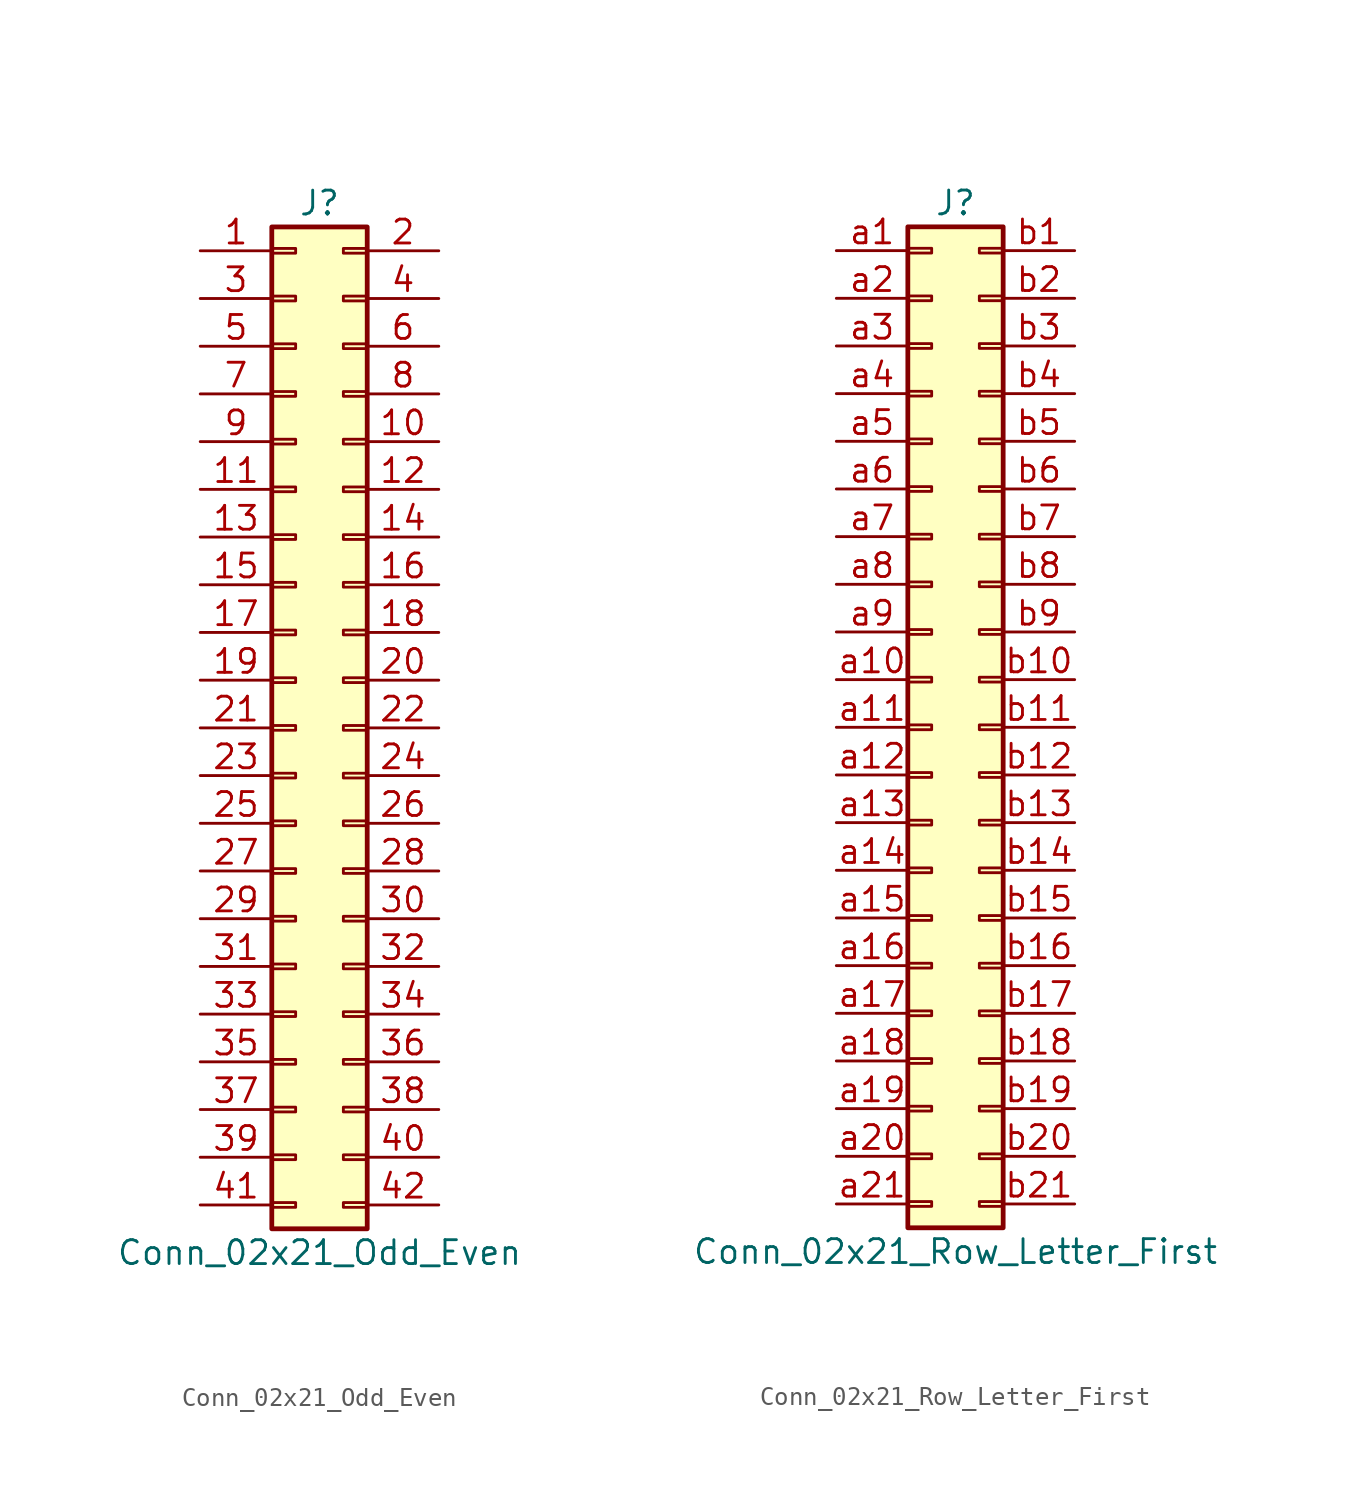
<source format=kicad_sym>
(kicad_symbol_lib
  (version 20201005)
  (generator kicad_symbol_editor)
  (symbol "Connector_Generic:Conn_02x21_Odd_Even"
    (pin_names
      (offset 1.016) hide)
    (property "Reference" "J"
      (at 1.27 27.94 0)
      (effects (font (size 1.27 1.27))))
    (property "Value" "Conn_02x21_Odd_Even"
      (at 1.27 -27.94 0)
      (effects (font (size 1.27 1.27))))
    (symbol "Conn_02x21_Odd_Even_1_1"
      (rectangle (start -1.27 -4.953) (end 0 -5.207) (stroke (width 0.152)) (fill (type none)))
      (rectangle (start -1.27 -7.493) (end 0 -7.747) (stroke (width 0.152)) (fill (type none)))
      (rectangle (start -1.27 -10.033) (end 0 -10.287) (stroke (width 0.152)) (fill (type none)))
      (rectangle (start -1.27 -12.573) (end 0 -12.827) (stroke (width 0.152)) (fill (type none)))
      (rectangle (start -1.27 -15.113) (end 0 -15.367) (stroke (width 0.152)) (fill (type none)))
      (rectangle (start -1.27 -17.653) (end 0 -17.907) (stroke (width 0.152)) (fill (type none)))
      (rectangle (start -1.27 -20.193) (end 0 -20.447) (stroke (width 0.152)) (fill (type none)))
      (rectangle (start -1.27 -22.733) (end 0 -22.987) (stroke (width 0.152)) (fill (type none)))
      (rectangle (start -1.27 -2.413) (end 0 -2.667) (stroke (width 0.152)) (fill (type none)))
      (rectangle (start -1.27 -25.273) (end 0 -25.527) (stroke (width 0.152)) (fill (type none)))
      (rectangle (start -1.27 25.527) (end 0 25.273) (stroke (width 0.152)) (fill (type none)))
      (rectangle (start -1.27 2.667) (end 0 2.413) (stroke (width 0.152)) (fill (type none)))
      (rectangle (start -1.27 26.67) (end 3.81 -26.67) (stroke (width 0.254)) (fill (type background)))
      (rectangle (start -1.27 5.207) (end 0 4.953) (stroke (width 0.152)) (fill (type none)))
      (rectangle (start -1.27 7.747) (end 0 7.493) (stroke (width 0.152)) (fill (type none)))
      (rectangle (start -1.27 10.287) (end 0 10.033) (stroke (width 0.152)) (fill (type none)))
      (rectangle (start -1.27 0.127) (end 0 -0.127) (stroke (width 0.152)) (fill (type none)))
      (rectangle (start -1.27 12.827) (end 0 12.573) (stroke (width 0.152)) (fill (type none)))
      (rectangle (start -1.27 15.367) (end 0 15.113) (stroke (width 0.152)) (fill (type none)))
      (rectangle (start -1.27 17.907) (end 0 17.653) (stroke (width 0.152)) (fill (type none)))
      (rectangle (start -1.27 20.447) (end 0 20.193) (stroke (width 0.152)) (fill (type none)))
      (rectangle (start -1.27 22.987) (end 0 22.733) (stroke (width 0.152)) (fill (type none)))
      (rectangle (start 3.81 -4.953) (end 2.54 -5.207) (stroke (width 0.152)) (fill (type none)))
      (rectangle (start 3.81 -7.493) (end 2.54 -7.747) (stroke (width 0.152)) (fill (type none)))
      (rectangle (start 3.81 -10.033) (end 2.54 -10.287) (stroke (width 0.152)) (fill (type none)))
      (rectangle (start 3.81 -12.573) (end 2.54 -12.827) (stroke (width 0.152)) (fill (type none)))
      (rectangle (start 3.81 -15.113) (end 2.54 -15.367) (stroke (width 0.152)) (fill (type none)))
      (rectangle (start 3.81 -17.653) (end 2.54 -17.907) (stroke (width 0.152)) (fill (type none)))
      (rectangle (start 3.81 -20.193) (end 2.54 -20.447) (stroke (width 0.152)) (fill (type none)))
      (rectangle (start 3.81 -22.733) (end 2.54 -22.987) (stroke (width 0.152)) (fill (type none)))
      (rectangle (start 3.81 -2.413) (end 2.54 -2.667) (stroke (width 0.152)) (fill (type none)))
      (rectangle (start 3.81 -25.273) (end 2.54 -25.527) (stroke (width 0.152)) (fill (type none)))
      (rectangle (start 3.81 25.527) (end 2.54 25.273) (stroke (width 0.152)) (fill (type none)))
      (rectangle (start 3.81 2.667) (end 2.54 2.413) (stroke (width 0.152)) (fill (type none)))
      (rectangle (start 3.81 5.207) (end 2.54 4.953) (stroke (width 0.152)) (fill (type none)))
      (rectangle (start 3.81 7.747) (end 2.54 7.493) (stroke (width 0.152)) (fill (type none)))
      (rectangle (start 3.81 10.287) (end 2.54 10.033) (stroke (width 0.152)) (fill (type none)))
      (rectangle (start 3.81 0.127) (end 2.54 -0.127) (stroke (width 0.152)) (fill (type none)))
      (rectangle (start 3.81 12.827) (end 2.54 12.573) (stroke (width 0.152)) (fill (type none)))
      (rectangle (start 3.81 15.367) (end 2.54 15.113) (stroke (width 0.152)) (fill (type none)))
      (rectangle (start 3.81 17.907) (end 2.54 17.653) (stroke (width 0.152)) (fill (type none)))
      (rectangle (start 3.81 20.447) (end 2.54 20.193) (stroke (width 0.152)) (fill (type none)))
      (rectangle (start 3.81 22.987) (end 2.54 22.733) (stroke (width 0.152)) (fill (type none)))
      (pin passive line (at -5.08 25.4 0) (length 3.81) (name "Pin_1" (effects (font (size 1.27 1.27)))) (number "1" (effects (font (size 1.27 1.27)))))
      (pin passive line (at 7.62 15.24 180) (length 3.81) (name "Pin_10" (effects (font (size 1.27 1.27)))) (number "10" (effects (font (size 1.27 1.27)))))
      (pin passive line (at -5.08 12.7 0) (length 3.81) (name "Pin_11" (effects (font (size 1.27 1.27)))) (number "11" (effects (font (size 1.27 1.27)))))
      (pin passive line (at 7.62 12.7 180) (length 3.81) (name "Pin_12" (effects (font (size 1.27 1.27)))) (number "12" (effects (font (size 1.27 1.27)))))
      (pin passive line (at -5.08 10.16 0) (length 3.81) (name "Pin_13" (effects (font (size 1.27 1.27)))) (number "13" (effects (font (size 1.27 1.27)))))
      (pin passive line (at 7.62 10.16 180) (length 3.81) (name "Pin_14" (effects (font (size 1.27 1.27)))) (number "14" (effects (font (size 1.27 1.27)))))
      (pin passive line (at -5.08 7.62 0) (length 3.81) (name "Pin_15" (effects (font (size 1.27 1.27)))) (number "15" (effects (font (size 1.27 1.27)))))
      (pin passive line (at 7.62 7.62 180) (length 3.81) (name "Pin_16" (effects (font (size 1.27 1.27)))) (number "16" (effects (font (size 1.27 1.27)))))
      (pin passive line (at -5.08 5.08 0) (length 3.81) (name "Pin_17" (effects (font (size 1.27 1.27)))) (number "17" (effects (font (size 1.27 1.27)))))
      (pin passive line (at 7.62 5.08 180) (length 3.81) (name "Pin_18" (effects (font (size 1.27 1.27)))) (number "18" (effects (font (size 1.27 1.27)))))
      (pin passive line (at -5.08 2.54 0) (length 3.81) (name "Pin_19" (effects (font (size 1.27 1.27)))) (number "19" (effects (font (size 1.27 1.27)))))
      (pin passive line (at 7.62 25.4 180) (length 3.81) (name "Pin_2" (effects (font (size 1.27 1.27)))) (number "2" (effects (font (size 1.27 1.27)))))
      (pin passive line (at 7.62 2.54 180) (length 3.81) (name "Pin_20" (effects (font (size 1.27 1.27)))) (number "20" (effects (font (size 1.27 1.27)))))
      (pin passive line (at -5.08 0 0) (length 3.81) (name "Pin_21" (effects (font (size 1.27 1.27)))) (number "21" (effects (font (size 1.27 1.27)))))
      (pin passive line (at 7.62 0 180) (length 3.81) (name "Pin_22" (effects (font (size 1.27 1.27)))) (number "22" (effects (font (size 1.27 1.27)))))
      (pin passive line (at -5.08 -2.54 0) (length 3.81) (name "Pin_23" (effects (font (size 1.27 1.27)))) (number "23" (effects (font (size 1.27 1.27)))))
      (pin passive line (at 7.62 -2.54 180) (length 3.81) (name "Pin_24" (effects (font (size 1.27 1.27)))) (number "24" (effects (font (size 1.27 1.27)))))
      (pin passive line (at -5.08 -5.08 0) (length 3.81) (name "Pin_25" (effects (font (size 1.27 1.27)))) (number "25" (effects (font (size 1.27 1.27)))))
      (pin passive line (at 7.62 -5.08 180) (length 3.81) (name "Pin_26" (effects (font (size 1.27 1.27)))) (number "26" (effects (font (size 1.27 1.27)))))
      (pin passive line (at -5.08 -7.62 0) (length 3.81) (name "Pin_27" (effects (font (size 1.27 1.27)))) (number "27" (effects (font (size 1.27 1.27)))))
      (pin passive line (at 7.62 -7.62 180) (length 3.81) (name "Pin_28" (effects (font (size 1.27 1.27)))) (number "28" (effects (font (size 1.27 1.27)))))
      (pin passive line (at -5.08 -10.16 0) (length 3.81) (name "Pin_29" (effects (font (size 1.27 1.27)))) (number "29" (effects (font (size 1.27 1.27)))))
      (pin passive line (at -5.08 22.86 0) (length 3.81) (name "Pin_3" (effects (font (size 1.27 1.27)))) (number "3" (effects (font (size 1.27 1.27)))))
      (pin passive line (at 7.62 -10.16 180) (length 3.81) (name "Pin_30" (effects (font (size 1.27 1.27)))) (number "30" (effects (font (size 1.27 1.27)))))
      (pin passive line (at -5.08 -12.7 0) (length 3.81) (name "Pin_31" (effects (font (size 1.27 1.27)))) (number "31" (effects (font (size 1.27 1.27)))))
      (pin passive line (at 7.62 -12.7 180) (length 3.81) (name "Pin_32" (effects (font (size 1.27 1.27)))) (number "32" (effects (font (size 1.27 1.27)))))
      (pin passive line (at -5.08 -15.24 0) (length 3.81) (name "Pin_33" (effects (font (size 1.27 1.27)))) (number "33" (effects (font (size 1.27 1.27)))))
      (pin passive line (at 7.62 -15.24 180) (length 3.81) (name "Pin_34" (effects (font (size 1.27 1.27)))) (number "34" (effects (font (size 1.27 1.27)))))
      (pin passive line (at -5.08 -17.78 0) (length 3.81) (name "Pin_35" (effects (font (size 1.27 1.27)))) (number "35" (effects (font (size 1.27 1.27)))))
      (pin passive line (at 7.62 -17.78 180) (length 3.81) (name "Pin_36" (effects (font (size 1.27 1.27)))) (number "36" (effects (font (size 1.27 1.27)))))
      (pin passive line (at -5.08 -20.32 0) (length 3.81) (name "Pin_37" (effects (font (size 1.27 1.27)))) (number "37" (effects (font (size 1.27 1.27)))))
      (pin passive line (at 7.62 -20.32 180) (length 3.81) (name "Pin_38" (effects (font (size 1.27 1.27)))) (number "38" (effects (font (size 1.27 1.27)))))
      (pin passive line (at -5.08 -22.86 0) (length 3.81) (name "Pin_39" (effects (font (size 1.27 1.27)))) (number "39" (effects (font (size 1.27 1.27)))))
      (pin passive line (at 7.62 22.86 180) (length 3.81) (name "Pin_4" (effects (font (size 1.27 1.27)))) (number "4" (effects (font (size 1.27 1.27)))))
      (pin passive line (at 7.62 -22.86 180) (length 3.81) (name "Pin_40" (effects (font (size 1.27 1.27)))) (number "40" (effects (font (size 1.27 1.27)))))
      (pin passive line (at -5.08 -25.4 0) (length 3.81) (name "Pin_41" (effects (font (size 1.27 1.27)))) (number "41" (effects (font (size 1.27 1.27)))))
      (pin passive line (at 7.62 -25.4 180) (length 3.81) (name "Pin_42" (effects (font (size 1.27 1.27)))) (number "42" (effects (font (size 1.27 1.27)))))
      (pin passive line (at -5.08 20.32 0) (length 3.81) (name "Pin_5" (effects (font (size 1.27 1.27)))) (number "5" (effects (font (size 1.27 1.27)))))
      (pin passive line (at 7.62 20.32 180) (length 3.81) (name "Pin_6" (effects (font (size 1.27 1.27)))) (number "6" (effects (font (size 1.27 1.27)))))
      (pin passive line (at -5.08 17.78 0) (length 3.81) (name "Pin_7" (effects (font (size 1.27 1.27)))) (number "7" (effects (font (size 1.27 1.27)))))
      (pin passive line (at 7.62 17.78 180) (length 3.81) (name "Pin_8" (effects (font (size 1.27 1.27)))) (number "8" (effects (font (size 1.27 1.27)))))
      (pin passive line (at -5.08 15.24 0) (length 3.81) (name "Pin_9" (effects (font (size 1.27 1.27)))) (number "9" (effects (font (size 1.27 1.27)))))))
  (symbol "Connector_Generic:Conn_02x21_Row_Letter_First"
    (pin_names
      (offset 1.016) hide)
    (property "Reference" "J"
      (at 1.27 27.94 0)
      (effects (font (size 1.27 1.27))))
    (property "Value" "Conn_02x21_Row_Letter_First"
      (at 1.27 -27.94 0)
      (effects (font (size 1.27 1.27))))
    (symbol "Conn_02x21_Row_Letter_First_1_1"
      (rectangle (start -1.27 -4.953) (end 0 -5.207) (stroke (width 0.152)) (fill (type none)))
      (rectangle (start -1.27 -7.493) (end 0 -7.747) (stroke (width 0.152)) (fill (type none)))
      (rectangle (start -1.27 -10.033) (end 0 -10.287) (stroke (width 0.152)) (fill (type none)))
      (rectangle (start -1.27 -12.573) (end 0 -12.827) (stroke (width 0.152)) (fill (type none)))
      (rectangle (start -1.27 -15.113) (end 0 -15.367) (stroke (width 0.152)) (fill (type none)))
      (rectangle (start -1.27 -17.653) (end 0 -17.907) (stroke (width 0.152)) (fill (type none)))
      (rectangle (start -1.27 -20.193) (end 0 -20.447) (stroke (width 0.152)) (fill (type none)))
      (rectangle (start -1.27 -22.733) (end 0 -22.987) (stroke (width 0.152)) (fill (type none)))
      (rectangle (start -1.27 -2.413) (end 0 -2.667) (stroke (width 0.152)) (fill (type none)))
      (rectangle (start -1.27 -25.273) (end 0 -25.527) (stroke (width 0.152)) (fill (type none)))
      (rectangle (start -1.27 25.527) (end 0 25.273) (stroke (width 0.152)) (fill (type none)))
      (rectangle (start -1.27 2.667) (end 0 2.413) (stroke (width 0.152)) (fill (type none)))
      (rectangle (start -1.27 26.67) (end 3.81 -26.67) (stroke (width 0.254)) (fill (type background)))
      (rectangle (start -1.27 5.207) (end 0 4.953) (stroke (width 0.152)) (fill (type none)))
      (rectangle (start -1.27 7.747) (end 0 7.493) (stroke (width 0.152)) (fill (type none)))
      (rectangle (start -1.27 10.287) (end 0 10.033) (stroke (width 0.152)) (fill (type none)))
      (rectangle (start -1.27 0.127) (end 0 -0.127) (stroke (width 0.152)) (fill (type none)))
      (rectangle (start -1.27 12.827) (end 0 12.573) (stroke (width 0.152)) (fill (type none)))
      (rectangle (start -1.27 15.367) (end 0 15.113) (stroke (width 0.152)) (fill (type none)))
      (rectangle (start -1.27 17.907) (end 0 17.653) (stroke (width 0.152)) (fill (type none)))
      (rectangle (start -1.27 20.447) (end 0 20.193) (stroke (width 0.152)) (fill (type none)))
      (rectangle (start -1.27 22.987) (end 0 22.733) (stroke (width 0.152)) (fill (type none)))
      (rectangle (start 3.81 -4.953) (end 2.54 -5.207) (stroke (width 0.152)) (fill (type none)))
      (rectangle (start 3.81 -7.493) (end 2.54 -7.747) (stroke (width 0.152)) (fill (type none)))
      (rectangle (start 3.81 -10.033) (end 2.54 -10.287) (stroke (width 0.152)) (fill (type none)))
      (rectangle (start 3.81 -12.573) (end 2.54 -12.827) (stroke (width 0.152)) (fill (type none)))
      (rectangle (start 3.81 -15.113) (end 2.54 -15.367) (stroke (width 0.152)) (fill (type none)))
      (rectangle (start 3.81 -17.653) (end 2.54 -17.907) (stroke (width 0.152)) (fill (type none)))
      (rectangle (start 3.81 -20.193) (end 2.54 -20.447) (stroke (width 0.152)) (fill (type none)))
      (rectangle (start 3.81 -22.733) (end 2.54 -22.987) (stroke (width 0.152)) (fill (type none)))
      (rectangle (start 3.81 -2.413) (end 2.54 -2.667) (stroke (width 0.152)) (fill (type none)))
      (rectangle (start 3.81 -25.273) (end 2.54 -25.527) (stroke (width 0.152)) (fill (type none)))
      (rectangle (start 3.81 25.527) (end 2.54 25.273) (stroke (width 0.152)) (fill (type none)))
      (rectangle (start 3.81 2.667) (end 2.54 2.413) (stroke (width 0.152)) (fill (type none)))
      (rectangle (start 3.81 5.207) (end 2.54 4.953) (stroke (width 0.152)) (fill (type none)))
      (rectangle (start 3.81 7.747) (end 2.54 7.493) (stroke (width 0.152)) (fill (type none)))
      (rectangle (start 3.81 10.287) (end 2.54 10.033) (stroke (width 0.152)) (fill (type none)))
      (rectangle (start 3.81 0.127) (end 2.54 -0.127) (stroke (width 0.152)) (fill (type none)))
      (rectangle (start 3.81 12.827) (end 2.54 12.573) (stroke (width 0.152)) (fill (type none)))
      (rectangle (start 3.81 15.367) (end 2.54 15.113) (stroke (width 0.152)) (fill (type none)))
      (rectangle (start 3.81 17.907) (end 2.54 17.653) (stroke (width 0.152)) (fill (type none)))
      (rectangle (start 3.81 20.447) (end 2.54 20.193) (stroke (width 0.152)) (fill (type none)))
      (rectangle (start 3.81 22.987) (end 2.54 22.733) (stroke (width 0.152)) (fill (type none)))
      (pin passive line (at -5.08 25.4 0) (length 3.81) (name "Pin_a1" (effects (font (size 1.27 1.27)))) (number "a1" (effects (font (size 1.27 1.27)))))
      (pin passive line (at -5.08 2.54 0) (length 3.81) (name "Pin_a10" (effects (font (size 1.27 1.27)))) (number "a10" (effects (font (size 1.27 1.27)))))
      (pin passive line (at -5.08 0 0) (length 3.81) (name "Pin_a11" (effects (font (size 1.27 1.27)))) (number "a11" (effects (font (size 1.27 1.27)))))
      (pin passive line (at -5.08 -2.54 0) (length 3.81) (name "Pin_a12" (effects (font (size 1.27 1.27)))) (number "a12" (effects (font (size 1.27 1.27)))))
      (pin passive line (at -5.08 -5.08 0) (length 3.81) (name "Pin_a13" (effects (font (size 1.27 1.27)))) (number "a13" (effects (font (size 1.27 1.27)))))
      (pin passive line (at -5.08 -7.62 0) (length 3.81) (name "Pin_a14" (effects (font (size 1.27 1.27)))) (number "a14" (effects (font (size 1.27 1.27)))))
      (pin passive line (at -5.08 -10.16 0) (length 3.81) (name "Pin_a15" (effects (font (size 1.27 1.27)))) (number "a15" (effects (font (size 1.27 1.27)))))
      (pin passive line (at -5.08 -12.7 0) (length 3.81) (name "Pin_a16" (effects (font (size 1.27 1.27)))) (number "a16" (effects (font (size 1.27 1.27)))))
      (pin passive line (at -5.08 -15.24 0) (length 3.81) (name "Pin_a17" (effects (font (size 1.27 1.27)))) (number "a17" (effects (font (size 1.27 1.27)))))
      (pin passive line (at -5.08 -17.78 0) (length 3.81) (name "Pin_a18" (effects (font (size 1.27 1.27)))) (number "a18" (effects (font (size 1.27 1.27)))))
      (pin passive line (at -5.08 -20.32 0) (length 3.81) (name "Pin_a19" (effects (font (size 1.27 1.27)))) (number "a19" (effects (font (size 1.27 1.27)))))
      (pin passive line (at -5.08 22.86 0) (length 3.81) (name "Pin_a2" (effects (font (size 1.27 1.27)))) (number "a2" (effects (font (size 1.27 1.27)))))
      (pin passive line (at -5.08 -22.86 0) (length 3.81) (name "Pin_a20" (effects (font (size 1.27 1.27)))) (number "a20" (effects (font (size 1.27 1.27)))))
      (pin passive line (at -5.08 -25.4 0) (length 3.81) (name "Pin_a21" (effects (font (size 1.27 1.27)))) (number "a21" (effects (font (size 1.27 1.27)))))
      (pin passive line (at -5.08 20.32 0) (length 3.81) (name "Pin_a3" (effects (font (size 1.27 1.27)))) (number "a3" (effects (font (size 1.27 1.27)))))
      (pin passive line (at -5.08 17.78 0) (length 3.81) (name "Pin_a4" (effects (font (size 1.27 1.27)))) (number "a4" (effects (font (size 1.27 1.27)))))
      (pin passive line (at -5.08 15.24 0) (length 3.81) (name "Pin_a5" (effects (font (size 1.27 1.27)))) (number "a5" (effects (font (size 1.27 1.27)))))
      (pin passive line (at -5.08 12.7 0) (length 3.81) (name "Pin_a6" (effects (font (size 1.27 1.27)))) (number "a6" (effects (font (size 1.27 1.27)))))
      (pin passive line (at -5.08 10.16 0) (length 3.81) (name "Pin_a7" (effects (font (size 1.27 1.27)))) (number "a7" (effects (font (size 1.27 1.27)))))
      (pin passive line (at -5.08 7.62 0) (length 3.81) (name "Pin_a8" (effects (font (size 1.27 1.27)))) (number "a8" (effects (font (size 1.27 1.27)))))
      (pin passive line (at -5.08 5.08 0) (length 3.81) (name "Pin_a9" (effects (font (size 1.27 1.27)))) (number "a9" (effects (font (size 1.27 1.27)))))
      (pin passive line (at 7.62 25.4 180) (length 3.81) (name "Pin_b1" (effects (font (size 1.27 1.27)))) (number "b1" (effects (font (size 1.27 1.27)))))
      (pin passive line (at 7.62 2.54 180) (length 3.81) (name "Pin_b10" (effects (font (size 1.27 1.27)))) (number "b10" (effects (font (size 1.27 1.27)))))
      (pin passive line (at 7.62 0 180) (length 3.81) (name "Pin_b11" (effects (font (size 1.27 1.27)))) (number "b11" (effects (font (size 1.27 1.27)))))
      (pin passive line (at 7.62 -2.54 180) (length 3.81) (name "Pin_b12" (effects (font (size 1.27 1.27)))) (number "b12" (effects (font (size 1.27 1.27)))))
      (pin passive line (at 7.62 -5.08 180) (length 3.81) (name "Pin_b13" (effects (font (size 1.27 1.27)))) (number "b13" (effects (font (size 1.27 1.27)))))
      (pin passive line (at 7.62 -7.62 180) (length 3.81) (name "Pin_b14" (effects (font (size 1.27 1.27)))) (number "b14" (effects (font (size 1.27 1.27)))))
      (pin passive line (at 7.62 -10.16 180) (length 3.81) (name "Pin_b15" (effects (font (size 1.27 1.27)))) (number "b15" (effects (font (size 1.27 1.27)))))
      (pin passive line (at 7.62 -12.7 180) (length 3.81) (name "Pin_b16" (effects (font (size 1.27 1.27)))) (number "b16" (effects (font (size 1.27 1.27)))))
      (pin passive line (at 7.62 -15.24 180) (length 3.81) (name "Pin_b17" (effects (font (size 1.27 1.27)))) (number "b17" (effects (font (size 1.27 1.27)))))
      (pin passive line (at 7.62 -17.78 180) (length 3.81) (name "Pin_b18" (effects (font (size 1.27 1.27)))) (number "b18" (effects (font (size 1.27 1.27)))))
      (pin passive line (at 7.62 -20.32 180) (length 3.81) (name "Pin_b19" (effects (font (size 1.27 1.27)))) (number "b19" (effects (font (size 1.27 1.27)))))
      (pin passive line (at 7.62 22.86 180) (length 3.81) (name "Pin_b2" (effects (font (size 1.27 1.27)))) (number "b2" (effects (font (size 1.27 1.27)))))
      (pin passive line (at 7.62 -22.86 180) (length 3.81) (name "Pin_b20" (effects (font (size 1.27 1.27)))) (number "b20" (effects (font (size 1.27 1.27)))))
      (pin passive line (at 7.62 -25.4 180) (length 3.81) (name "Pin_b21" (effects (font (size 1.27 1.27)))) (number "b21" (effects (font (size 1.27 1.27)))))
      (pin passive line (at 7.62 20.32 180) (length 3.81) (name "Pin_b3" (effects (font (size 1.27 1.27)))) (number "b3" (effects (font (size 1.27 1.27)))))
      (pin passive line (at 7.62 17.78 180) (length 3.81) (name "Pin_b4" (effects (font (size 1.27 1.27)))) (number "b4" (effects (font (size 1.27 1.27)))))
      (pin passive line (at 7.62 15.24 180) (length 3.81) (name "Pin_b5" (effects (font (size 1.27 1.27)))) (number "b5" (effects (font (size 1.27 1.27)))))
      (pin passive line (at 7.62 12.7 180) (length 3.81) (name "Pin_b6" (effects (font (size 1.27 1.27)))) (number "b6" (effects (font (size 1.27 1.27)))))
      (pin passive line (at 7.62 10.16 180) (length 3.81) (name "Pin_b7" (effects (font (size 1.27 1.27)))) (number "b7" (effects (font (size 1.27 1.27)))))
      (pin passive line (at 7.62 7.62 180) (length 3.81) (name "Pin_b8" (effects (font (size 1.27 1.27)))) (number "b8" (effects (font (size 1.27 1.27)))))
      (pin passive line (at 7.62 5.08 180) (length 3.81) (name "Pin_b9" (effects (font (size 1.27 1.27)))) (number "b9" (effects (font (size 1.27 1.27))))))))
</source>
